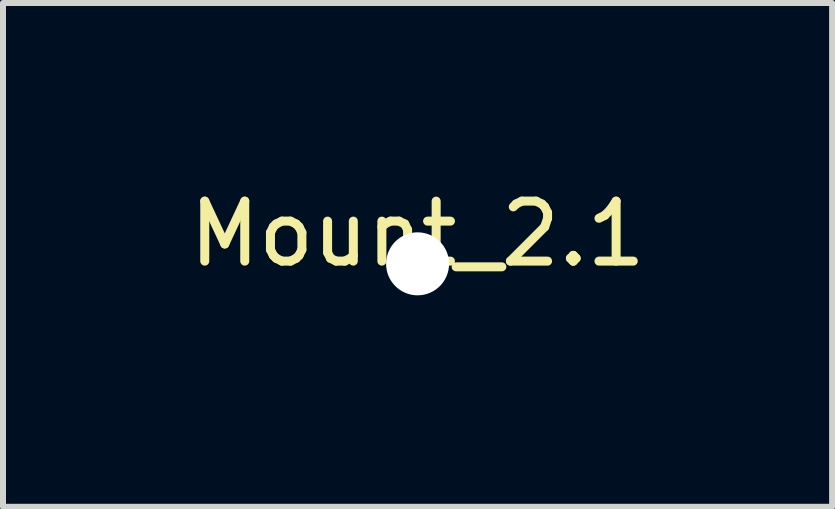
<source format=kicad_pcb>
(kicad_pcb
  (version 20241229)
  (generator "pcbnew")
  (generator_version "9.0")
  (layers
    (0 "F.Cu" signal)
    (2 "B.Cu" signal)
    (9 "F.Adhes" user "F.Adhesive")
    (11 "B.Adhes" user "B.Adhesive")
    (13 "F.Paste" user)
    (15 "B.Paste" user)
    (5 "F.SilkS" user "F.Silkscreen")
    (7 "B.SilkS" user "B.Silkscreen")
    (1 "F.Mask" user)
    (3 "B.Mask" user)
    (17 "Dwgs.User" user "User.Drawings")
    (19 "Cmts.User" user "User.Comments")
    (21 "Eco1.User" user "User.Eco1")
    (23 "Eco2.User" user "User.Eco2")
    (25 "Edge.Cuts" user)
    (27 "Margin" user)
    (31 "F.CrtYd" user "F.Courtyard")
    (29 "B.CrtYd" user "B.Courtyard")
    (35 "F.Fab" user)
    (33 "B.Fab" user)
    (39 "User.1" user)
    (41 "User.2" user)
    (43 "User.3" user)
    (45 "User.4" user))
  (footprint "Mount_2.1"
    (layer "F.Cu")
    (at 3.911 1.348)
    (property "Reference" "Mount_2.1" (at 0 -0.5 0) (unlocked yes) (layer "F.SilkS") (effects (font (size 1 1) (thickness 0.15))))
    (attr through_hole)
    (pad "" np_thru_hole circle (at 0 0) (size 1.05 1.05) (drill 2.1) (layers "*.Cu" "*.Mask")))
  (gr_rect
    (start -3 -3)
    (end 10.821 5.398)
    (stroke (width 0.1) (type default))
    (fill no)
    (layer "Edge.Cuts")))
</source>
